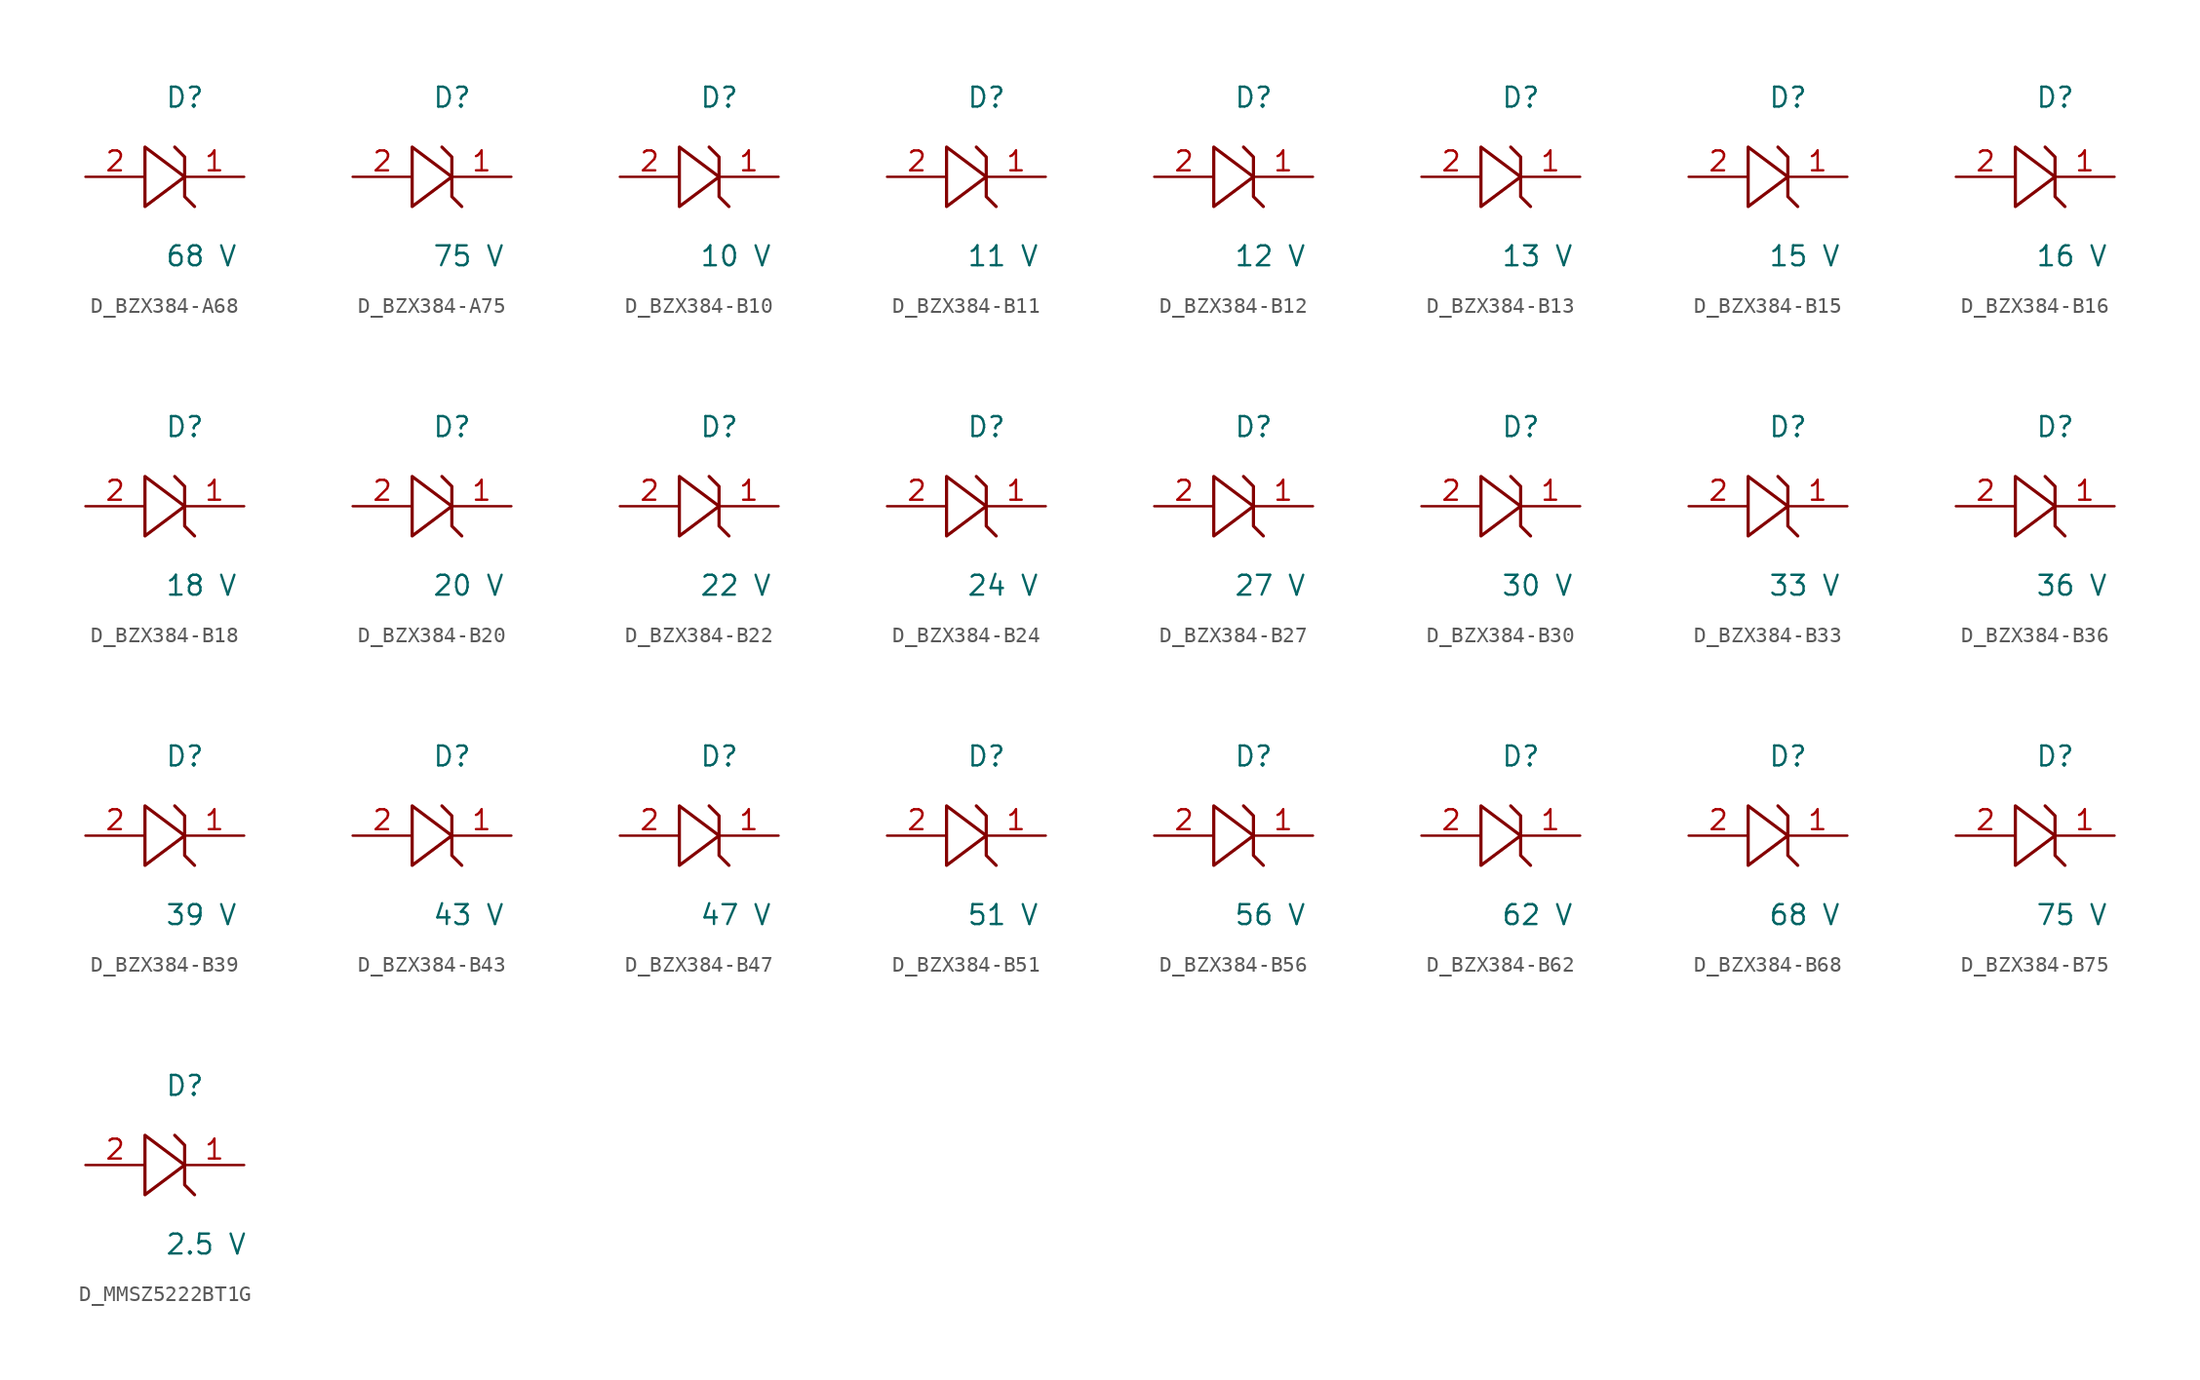
<source format=kicad_sym>
(kicad_symbol_lib
  (version 20231120)
  (generator kicad_symbol_editor)
  (generator_version 8.0)
  (symbol "D_BZX384-A68"
    (pin_names
      (offset 0.254))
    (property "Reference" "D"
      (at 0.0 5.08 0)
      (effects (font (size 1.27 1.27)) (justify left)))
    (property "Value" "68 V"
      (at 0.0 -5.08 0)
      (effects (font (size 1.27 1.27)) (justify left)))
    (symbol "D_BZX384-A68_1_0"
      (polyline (pts (xy 0.635 1.905) (xy 1.27 1.27) (xy 1.27 0) (xy -1.27 1.905) (xy -1.27 -1.905) (xy 1.27 0) (xy 1.27 -1.27) (xy 1.905 -1.905)) (stroke (width 0.203) (type default)) (fill (type none)))
      (pin unspecified line (at 5.08 0 180) (length 3.81) (name "" (effects (font (size 1.27 1.27)))) (number "1" (effects (font (size 1.27 1.27)))))
      (pin unspecified line (at -5.08 0 0) (length 3.81) (name "" (effects (font (size 1.27 1.27)))) (number "2" (effects (font (size 1.27 1.27)))))))
  (symbol "D_BZX384-A75"
    (pin_names
      (offset 0.254))
    (property "Reference" "D"
      (at 0.0 5.08 0)
      (effects (font (size 1.27 1.27)) (justify left)))
    (property "Value" "75 V"
      (at 0.0 -5.08 0)
      (effects (font (size 1.27 1.27)) (justify left)))
    (symbol "D_BZX384-A75_1_0"
      (polyline (pts (xy 0.635 1.905) (xy 1.27 1.27) (xy 1.27 0) (xy -1.27 1.905) (xy -1.27 -1.905) (xy 1.27 0) (xy 1.27 -1.27) (xy 1.905 -1.905)) (stroke (width 0.203) (type default)) (fill (type none)))
      (pin unspecified line (at 5.08 0 180) (length 3.81) (name "" (effects (font (size 1.27 1.27)))) (number "1" (effects (font (size 1.27 1.27)))))
      (pin unspecified line (at -5.08 0 0) (length 3.81) (name "" (effects (font (size 1.27 1.27)))) (number "2" (effects (font (size 1.27 1.27)))))))
  (symbol "D_BZX384-B10"
    (pin_names
      (offset 0.254))
    (property "Reference" "D"
      (at 0.0 5.08 0)
      (effects (font (size 1.27 1.27)) (justify left)))
    (property "Value" "10 V"
      (at 0.0 -5.08 0)
      (effects (font (size 1.27 1.27)) (justify left)))
    (symbol "D_BZX384-B10_1_0"
      (polyline (pts (xy 0.635 1.905) (xy 1.27 1.27) (xy 1.27 0) (xy -1.27 1.905) (xy -1.27 -1.905) (xy 1.27 0) (xy 1.27 -1.27) (xy 1.905 -1.905)) (stroke (width 0.203) (type default)) (fill (type none)))
      (pin unspecified line (at 5.08 0 180) (length 3.81) (name "" (effects (font (size 1.27 1.27)))) (number "1" (effects (font (size 1.27 1.27)))))
      (pin unspecified line (at -5.08 0 0) (length 3.81) (name "" (effects (font (size 1.27 1.27)))) (number "2" (effects (font (size 1.27 1.27)))))))
  (symbol "D_BZX384-B11"
    (pin_names
      (offset 0.254))
    (property "Reference" "D"
      (at 0.0 5.08 0)
      (effects (font (size 1.27 1.27)) (justify left)))
    (property "Value" "11 V"
      (at 0.0 -5.08 0)
      (effects (font (size 1.27 1.27)) (justify left)))
    (symbol "D_BZX384-B11_1_0"
      (polyline (pts (xy 0.635 1.905) (xy 1.27 1.27) (xy 1.27 0) (xy -1.27 1.905) (xy -1.27 -1.905) (xy 1.27 0) (xy 1.27 -1.27) (xy 1.905 -1.905)) (stroke (width 0.203) (type default)) (fill (type none)))
      (pin unspecified line (at 5.08 0 180) (length 3.81) (name "" (effects (font (size 1.27 1.27)))) (number "1" (effects (font (size 1.27 1.27)))))
      (pin unspecified line (at -5.08 0 0) (length 3.81) (name "" (effects (font (size 1.27 1.27)))) (number "2" (effects (font (size 1.27 1.27)))))))
  (symbol "D_BZX384-B12"
    (pin_names
      (offset 0.254))
    (property "Reference" "D"
      (at 0.0 5.08 0)
      (effects (font (size 1.27 1.27)) (justify left)))
    (property "Value" "12 V"
      (at 0.0 -5.08 0)
      (effects (font (size 1.27 1.27)) (justify left)))
    (symbol "D_BZX384-B12_1_0"
      (polyline (pts (xy 0.635 1.905) (xy 1.27 1.27) (xy 1.27 0) (xy -1.27 1.905) (xy -1.27 -1.905) (xy 1.27 0) (xy 1.27 -1.27) (xy 1.905 -1.905)) (stroke (width 0.203) (type default)) (fill (type none)))
      (pin unspecified line (at 5.08 0 180) (length 3.81) (name "" (effects (font (size 1.27 1.27)))) (number "1" (effects (font (size 1.27 1.27)))))
      (pin unspecified line (at -5.08 0 0) (length 3.81) (name "" (effects (font (size 1.27 1.27)))) (number "2" (effects (font (size 1.27 1.27)))))))
  (symbol "D_BZX384-B13"
    (pin_names
      (offset 0.254))
    (property "Reference" "D"
      (at 0.0 5.08 0)
      (effects (font (size 1.27 1.27)) (justify left)))
    (property "Value" "13 V"
      (at 0.0 -5.08 0)
      (effects (font (size 1.27 1.27)) (justify left)))
    (symbol "D_BZX384-B13_1_0"
      (polyline (pts (xy 0.635 1.905) (xy 1.27 1.27) (xy 1.27 0) (xy -1.27 1.905) (xy -1.27 -1.905) (xy 1.27 0) (xy 1.27 -1.27) (xy 1.905 -1.905)) (stroke (width 0.203) (type default)) (fill (type none)))
      (pin unspecified line (at 5.08 0 180) (length 3.81) (name "" (effects (font (size 1.27 1.27)))) (number "1" (effects (font (size 1.27 1.27)))))
      (pin unspecified line (at -5.08 0 0) (length 3.81) (name "" (effects (font (size 1.27 1.27)))) (number "2" (effects (font (size 1.27 1.27)))))))
  (symbol "D_BZX384-B15"
    (pin_names
      (offset 0.254))
    (property "Reference" "D"
      (at 0.0 5.08 0)
      (effects (font (size 1.27 1.27)) (justify left)))
    (property "Value" "15 V"
      (at 0.0 -5.08 0)
      (effects (font (size 1.27 1.27)) (justify left)))
    (symbol "D_BZX384-B15_1_0"
      (polyline (pts (xy 0.635 1.905) (xy 1.27 1.27) (xy 1.27 0) (xy -1.27 1.905) (xy -1.27 -1.905) (xy 1.27 0) (xy 1.27 -1.27) (xy 1.905 -1.905)) (stroke (width 0.203) (type default)) (fill (type none)))
      (pin unspecified line (at 5.08 0 180) (length 3.81) (name "" (effects (font (size 1.27 1.27)))) (number "1" (effects (font (size 1.27 1.27)))))
      (pin unspecified line (at -5.08 0 0) (length 3.81) (name "" (effects (font (size 1.27 1.27)))) (number "2" (effects (font (size 1.27 1.27)))))))
  (symbol "D_BZX384-B16"
    (pin_names
      (offset 0.254))
    (property "Reference" "D"
      (at 0.0 5.08 0)
      (effects (font (size 1.27 1.27)) (justify left)))
    (property "Value" "16 V"
      (at 0.0 -5.08 0)
      (effects (font (size 1.27 1.27)) (justify left)))
    (symbol "D_BZX384-B16_1_0"
      (polyline (pts (xy 0.635 1.905) (xy 1.27 1.27) (xy 1.27 0) (xy -1.27 1.905) (xy -1.27 -1.905) (xy 1.27 0) (xy 1.27 -1.27) (xy 1.905 -1.905)) (stroke (width 0.203) (type default)) (fill (type none)))
      (pin unspecified line (at 5.08 0 180) (length 3.81) (name "" (effects (font (size 1.27 1.27)))) (number "1" (effects (font (size 1.27 1.27)))))
      (pin unspecified line (at -5.08 0 0) (length 3.81) (name "" (effects (font (size 1.27 1.27)))) (number "2" (effects (font (size 1.27 1.27)))))))
  (symbol "D_BZX384-B18"
    (pin_names
      (offset 0.254))
    (property "Reference" "D"
      (at 0.0 5.08 0)
      (effects (font (size 1.27 1.27)) (justify left)))
    (property "Value" "18 V"
      (at 0.0 -5.08 0)
      (effects (font (size 1.27 1.27)) (justify left)))
    (symbol "D_BZX384-B18_1_0"
      (polyline (pts (xy 0.635 1.905) (xy 1.27 1.27) (xy 1.27 0) (xy -1.27 1.905) (xy -1.27 -1.905) (xy 1.27 0) (xy 1.27 -1.27) (xy 1.905 -1.905)) (stroke (width 0.203) (type default)) (fill (type none)))
      (pin unspecified line (at 5.08 0 180) (length 3.81) (name "" (effects (font (size 1.27 1.27)))) (number "1" (effects (font (size 1.27 1.27)))))
      (pin unspecified line (at -5.08 0 0) (length 3.81) (name "" (effects (font (size 1.27 1.27)))) (number "2" (effects (font (size 1.27 1.27)))))))
  (symbol "D_BZX384-B20"
    (pin_names
      (offset 0.254))
    (property "Reference" "D"
      (at 0.0 5.08 0)
      (effects (font (size 1.27 1.27)) (justify left)))
    (property "Value" "20 V"
      (at 0.0 -5.08 0)
      (effects (font (size 1.27 1.27)) (justify left)))
    (symbol "D_BZX384-B20_1_0"
      (polyline (pts (xy 0.635 1.905) (xy 1.27 1.27) (xy 1.27 0) (xy -1.27 1.905) (xy -1.27 -1.905) (xy 1.27 0) (xy 1.27 -1.27) (xy 1.905 -1.905)) (stroke (width 0.203) (type default)) (fill (type none)))
      (pin unspecified line (at 5.08 0 180) (length 3.81) (name "" (effects (font (size 1.27 1.27)))) (number "1" (effects (font (size 1.27 1.27)))))
      (pin unspecified line (at -5.08 0 0) (length 3.81) (name "" (effects (font (size 1.27 1.27)))) (number "2" (effects (font (size 1.27 1.27)))))))
  (symbol "D_BZX384-B22"
    (pin_names
      (offset 0.254))
    (property "Reference" "D"
      (at 0.0 5.08 0)
      (effects (font (size 1.27 1.27)) (justify left)))
    (property "Value" "22 V"
      (at 0.0 -5.08 0)
      (effects (font (size 1.27 1.27)) (justify left)))
    (symbol "D_BZX384-B22_1_0"
      (polyline (pts (xy 0.635 1.905) (xy 1.27 1.27) (xy 1.27 0) (xy -1.27 1.905) (xy -1.27 -1.905) (xy 1.27 0) (xy 1.27 -1.27) (xy 1.905 -1.905)) (stroke (width 0.203) (type default)) (fill (type none)))
      (pin unspecified line (at 5.08 0 180) (length 3.81) (name "" (effects (font (size 1.27 1.27)))) (number "1" (effects (font (size 1.27 1.27)))))
      (pin unspecified line (at -5.08 0 0) (length 3.81) (name "" (effects (font (size 1.27 1.27)))) (number "2" (effects (font (size 1.27 1.27)))))))
  (symbol "D_BZX384-B24"
    (pin_names
      (offset 0.254))
    (property "Reference" "D"
      (at 0.0 5.08 0)
      (effects (font (size 1.27 1.27)) (justify left)))
    (property "Value" "24 V"
      (at 0.0 -5.08 0)
      (effects (font (size 1.27 1.27)) (justify left)))
    (symbol "D_BZX384-B24_1_0"
      (polyline (pts (xy 0.635 1.905) (xy 1.27 1.27) (xy 1.27 0) (xy -1.27 1.905) (xy -1.27 -1.905) (xy 1.27 0) (xy 1.27 -1.27) (xy 1.905 -1.905)) (stroke (width 0.203) (type default)) (fill (type none)))
      (pin unspecified line (at 5.08 0 180) (length 3.81) (name "" (effects (font (size 1.27 1.27)))) (number "1" (effects (font (size 1.27 1.27)))))
      (pin unspecified line (at -5.08 0 0) (length 3.81) (name "" (effects (font (size 1.27 1.27)))) (number "2" (effects (font (size 1.27 1.27)))))))
  (symbol "D_BZX384-B27"
    (pin_names
      (offset 0.254))
    (property "Reference" "D"
      (at 0.0 5.08 0)
      (effects (font (size 1.27 1.27)) (justify left)))
    (property "Value" "27 V"
      (at 0.0 -5.08 0)
      (effects (font (size 1.27 1.27)) (justify left)))
    (symbol "D_BZX384-B27_1_0"
      (polyline (pts (xy 0.635 1.905) (xy 1.27 1.27) (xy 1.27 0) (xy -1.27 1.905) (xy -1.27 -1.905) (xy 1.27 0) (xy 1.27 -1.27) (xy 1.905 -1.905)) (stroke (width 0.203) (type default)) (fill (type none)))
      (pin unspecified line (at 5.08 0 180) (length 3.81) (name "" (effects (font (size 1.27 1.27)))) (number "1" (effects (font (size 1.27 1.27)))))
      (pin unspecified line (at -5.08 0 0) (length 3.81) (name "" (effects (font (size 1.27 1.27)))) (number "2" (effects (font (size 1.27 1.27)))))))
  (symbol "D_BZX384-B30"
    (pin_names
      (offset 0.254))
    (property "Reference" "D"
      (at 0.0 5.08 0)
      (effects (font (size 1.27 1.27)) (justify left)))
    (property "Value" "30 V"
      (at 0.0 -5.08 0)
      (effects (font (size 1.27 1.27)) (justify left)))
    (symbol "D_BZX384-B30_1_0"
      (polyline (pts (xy 0.635 1.905) (xy 1.27 1.27) (xy 1.27 0) (xy -1.27 1.905) (xy -1.27 -1.905) (xy 1.27 0) (xy 1.27 -1.27) (xy 1.905 -1.905)) (stroke (width 0.203) (type default)) (fill (type none)))
      (pin unspecified line (at 5.08 0 180) (length 3.81) (name "" (effects (font (size 1.27 1.27)))) (number "1" (effects (font (size 1.27 1.27)))))
      (pin unspecified line (at -5.08 0 0) (length 3.81) (name "" (effects (font (size 1.27 1.27)))) (number "2" (effects (font (size 1.27 1.27)))))))
  (symbol "D_BZX384-B33"
    (pin_names
      (offset 0.254))
    (property "Reference" "D"
      (at 0.0 5.08 0)
      (effects (font (size 1.27 1.27)) (justify left)))
    (property "Value" "33 V"
      (at 0.0 -5.08 0)
      (effects (font (size 1.27 1.27)) (justify left)))
    (symbol "D_BZX384-B33_1_0"
      (polyline (pts (xy 0.635 1.905) (xy 1.27 1.27) (xy 1.27 0) (xy -1.27 1.905) (xy -1.27 -1.905) (xy 1.27 0) (xy 1.27 -1.27) (xy 1.905 -1.905)) (stroke (width 0.203) (type default)) (fill (type none)))
      (pin unspecified line (at 5.08 0 180) (length 3.81) (name "" (effects (font (size 1.27 1.27)))) (number "1" (effects (font (size 1.27 1.27)))))
      (pin unspecified line (at -5.08 0 0) (length 3.81) (name "" (effects (font (size 1.27 1.27)))) (number "2" (effects (font (size 1.27 1.27)))))))
  (symbol "D_BZX384-B36"
    (pin_names
      (offset 0.254))
    (property "Reference" "D"
      (at 0.0 5.08 0)
      (effects (font (size 1.27 1.27)) (justify left)))
    (property "Value" "36 V"
      (at 0.0 -5.08 0)
      (effects (font (size 1.27 1.27)) (justify left)))
    (symbol "D_BZX384-B36_1_0"
      (polyline (pts (xy 0.635 1.905) (xy 1.27 1.27) (xy 1.27 0) (xy -1.27 1.905) (xy -1.27 -1.905) (xy 1.27 0) (xy 1.27 -1.27) (xy 1.905 -1.905)) (stroke (width 0.203) (type default)) (fill (type none)))
      (pin unspecified line (at 5.08 0 180) (length 3.81) (name "" (effects (font (size 1.27 1.27)))) (number "1" (effects (font (size 1.27 1.27)))))
      (pin unspecified line (at -5.08 0 0) (length 3.81) (name "" (effects (font (size 1.27 1.27)))) (number "2" (effects (font (size 1.27 1.27)))))))
  (symbol "D_BZX384-B39"
    (pin_names
      (offset 0.254))
    (property "Reference" "D"
      (at 0.0 5.08 0)
      (effects (font (size 1.27 1.27)) (justify left)))
    (property "Value" "39 V"
      (at 0.0 -5.08 0)
      (effects (font (size 1.27 1.27)) (justify left)))
    (symbol "D_BZX384-B39_1_0"
      (polyline (pts (xy 0.635 1.905) (xy 1.27 1.27) (xy 1.27 0) (xy -1.27 1.905) (xy -1.27 -1.905) (xy 1.27 0) (xy 1.27 -1.27) (xy 1.905 -1.905)) (stroke (width 0.203) (type default)) (fill (type none)))
      (pin unspecified line (at 5.08 0 180) (length 3.81) (name "" (effects (font (size 1.27 1.27)))) (number "1" (effects (font (size 1.27 1.27)))))
      (pin unspecified line (at -5.08 0 0) (length 3.81) (name "" (effects (font (size 1.27 1.27)))) (number "2" (effects (font (size 1.27 1.27)))))))
  (symbol "D_BZX384-B43"
    (pin_names
      (offset 0.254))
    (property "Reference" "D"
      (at 0.0 5.08 0)
      (effects (font (size 1.27 1.27)) (justify left)))
    (property "Value" "43 V"
      (at 0.0 -5.08 0)
      (effects (font (size 1.27 1.27)) (justify left)))
    (symbol "D_BZX384-B43_1_0"
      (polyline (pts (xy 0.635 1.905) (xy 1.27 1.27) (xy 1.27 0) (xy -1.27 1.905) (xy -1.27 -1.905) (xy 1.27 0) (xy 1.27 -1.27) (xy 1.905 -1.905)) (stroke (width 0.203) (type default)) (fill (type none)))
      (pin unspecified line (at 5.08 0 180) (length 3.81) (name "" (effects (font (size 1.27 1.27)))) (number "1" (effects (font (size 1.27 1.27)))))
      (pin unspecified line (at -5.08 0 0) (length 3.81) (name "" (effects (font (size 1.27 1.27)))) (number "2" (effects (font (size 1.27 1.27)))))))
  (symbol "D_BZX384-B47"
    (pin_names
      (offset 0.254))
    (property "Reference" "D"
      (at 0.0 5.08 0)
      (effects (font (size 1.27 1.27)) (justify left)))
    (property "Value" "47 V"
      (at 0.0 -5.08 0)
      (effects (font (size 1.27 1.27)) (justify left)))
    (symbol "D_BZX384-B47_1_0"
      (polyline (pts (xy 0.635 1.905) (xy 1.27 1.27) (xy 1.27 0) (xy -1.27 1.905) (xy -1.27 -1.905) (xy 1.27 0) (xy 1.27 -1.27) (xy 1.905 -1.905)) (stroke (width 0.203) (type default)) (fill (type none)))
      (pin unspecified line (at 5.08 0 180) (length 3.81) (name "" (effects (font (size 1.27 1.27)))) (number "1" (effects (font (size 1.27 1.27)))))
      (pin unspecified line (at -5.08 0 0) (length 3.81) (name "" (effects (font (size 1.27 1.27)))) (number "2" (effects (font (size 1.27 1.27)))))))
  (symbol "D_BZX384-B51"
    (pin_names
      (offset 0.254))
    (property "Reference" "D"
      (at 0.0 5.08 0)
      (effects (font (size 1.27 1.27)) (justify left)))
    (property "Value" "51 V"
      (at 0.0 -5.08 0)
      (effects (font (size 1.27 1.27)) (justify left)))
    (symbol "D_BZX384-B51_1_0"
      (polyline (pts (xy 0.635 1.905) (xy 1.27 1.27) (xy 1.27 0) (xy -1.27 1.905) (xy -1.27 -1.905) (xy 1.27 0) (xy 1.27 -1.27) (xy 1.905 -1.905)) (stroke (width 0.203) (type default)) (fill (type none)))
      (pin unspecified line (at 5.08 0 180) (length 3.81) (name "" (effects (font (size 1.27 1.27)))) (number "1" (effects (font (size 1.27 1.27)))))
      (pin unspecified line (at -5.08 0 0) (length 3.81) (name "" (effects (font (size 1.27 1.27)))) (number "2" (effects (font (size 1.27 1.27)))))))
  (symbol "D_BZX384-B56"
    (pin_names
      (offset 0.254))
    (property "Reference" "D"
      (at 0.0 5.08 0)
      (effects (font (size 1.27 1.27)) (justify left)))
    (property "Value" "56 V"
      (at 0.0 -5.08 0)
      (effects (font (size 1.27 1.27)) (justify left)))
    (symbol "D_BZX384-B56_1_0"
      (polyline (pts (xy 0.635 1.905) (xy 1.27 1.27) (xy 1.27 0) (xy -1.27 1.905) (xy -1.27 -1.905) (xy 1.27 0) (xy 1.27 -1.27) (xy 1.905 -1.905)) (stroke (width 0.203) (type default)) (fill (type none)))
      (pin unspecified line (at 5.08 0 180) (length 3.81) (name "" (effects (font (size 1.27 1.27)))) (number "1" (effects (font (size 1.27 1.27)))))
      (pin unspecified line (at -5.08 0 0) (length 3.81) (name "" (effects (font (size 1.27 1.27)))) (number "2" (effects (font (size 1.27 1.27)))))))
  (symbol "D_BZX384-B62"
    (pin_names
      (offset 0.254))
    (property "Reference" "D"
      (at 0.0 5.08 0)
      (effects (font (size 1.27 1.27)) (justify left)))
    (property "Value" "62 V"
      (at 0.0 -5.08 0)
      (effects (font (size 1.27 1.27)) (justify left)))
    (symbol "D_BZX384-B62_1_0"
      (polyline (pts (xy 0.635 1.905) (xy 1.27 1.27) (xy 1.27 0) (xy -1.27 1.905) (xy -1.27 -1.905) (xy 1.27 0) (xy 1.27 -1.27) (xy 1.905 -1.905)) (stroke (width 0.203) (type default)) (fill (type none)))
      (pin unspecified line (at 5.08 0 180) (length 3.81) (name "" (effects (font (size 1.27 1.27)))) (number "1" (effects (font (size 1.27 1.27)))))
      (pin unspecified line (at -5.08 0 0) (length 3.81) (name "" (effects (font (size 1.27 1.27)))) (number "2" (effects (font (size 1.27 1.27)))))))
  (symbol "D_BZX384-B68"
    (pin_names
      (offset 0.254))
    (property "Reference" "D"
      (at 0.0 5.08 0)
      (effects (font (size 1.27 1.27)) (justify left)))
    (property "Value" "68 V"
      (at 0.0 -5.08 0)
      (effects (font (size 1.27 1.27)) (justify left)))
    (symbol "D_BZX384-B68_1_0"
      (polyline (pts (xy 0.635 1.905) (xy 1.27 1.27) (xy 1.27 0) (xy -1.27 1.905) (xy -1.27 -1.905) (xy 1.27 0) (xy 1.27 -1.27) (xy 1.905 -1.905)) (stroke (width 0.203) (type default)) (fill (type none)))
      (pin unspecified line (at 5.08 0 180) (length 3.81) (name "" (effects (font (size 1.27 1.27)))) (number "1" (effects (font (size 1.27 1.27)))))
      (pin unspecified line (at -5.08 0 0) (length 3.81) (name "" (effects (font (size 1.27 1.27)))) (number "2" (effects (font (size 1.27 1.27)))))))
  (symbol "D_BZX384-B75"
    (pin_names
      (offset 0.254))
    (property "Reference" "D"
      (at 0.0 5.08 0)
      (effects (font (size 1.27 1.27)) (justify left)))
    (property "Value" "75 V"
      (at 0.0 -5.08 0)
      (effects (font (size 1.27 1.27)) (justify left)))
    (symbol "D_BZX384-B75_1_0"
      (polyline (pts (xy 0.635 1.905) (xy 1.27 1.27) (xy 1.27 0) (xy -1.27 1.905) (xy -1.27 -1.905) (xy 1.27 0) (xy 1.27 -1.27) (xy 1.905 -1.905)) (stroke (width 0.203) (type default)) (fill (type none)))
      (pin unspecified line (at 5.08 0 180) (length 3.81) (name "" (effects (font (size 1.27 1.27)))) (number "1" (effects (font (size 1.27 1.27)))))
      (pin unspecified line (at -5.08 0 0) (length 3.81) (name "" (effects (font (size 1.27 1.27)))) (number "2" (effects (font (size 1.27 1.27)))))))
  (symbol "D_MMSZ5222BT1G"
    (pin_names
      (offset 0.254))
    (property "Reference" "D"
      (at 0.0 5.08 0)
      (effects (font (size 1.27 1.27)) (justify left)))
    (property "Value" "2.5 V"
      (at 0.0 -5.08 0)
      (effects (font (size 1.27 1.27)) (justify left)))
    (symbol "D_MMSZ5222BT1G_1_0"
      (polyline (pts (xy 0.635 1.905) (xy 1.27 1.27) (xy 1.27 0) (xy -1.27 1.905) (xy -1.27 -1.905) (xy 1.27 0) (xy 1.27 -1.27) (xy 1.905 -1.905)) (stroke (width 0.203) (type default)) (fill (type none)))
      (pin unspecified line (at 5.08 0 180) (length 3.81) (name "" (effects (font (size 1.27 1.27)))) (number "1" (effects (font (size 1.27 1.27)))))
      (pin unspecified line (at -5.08 0 0) (length 3.81) (name "" (effects (font (size 1.27 1.27)))) (number "2" (effects (font (size 1.27 1.27))))))))
</source>
